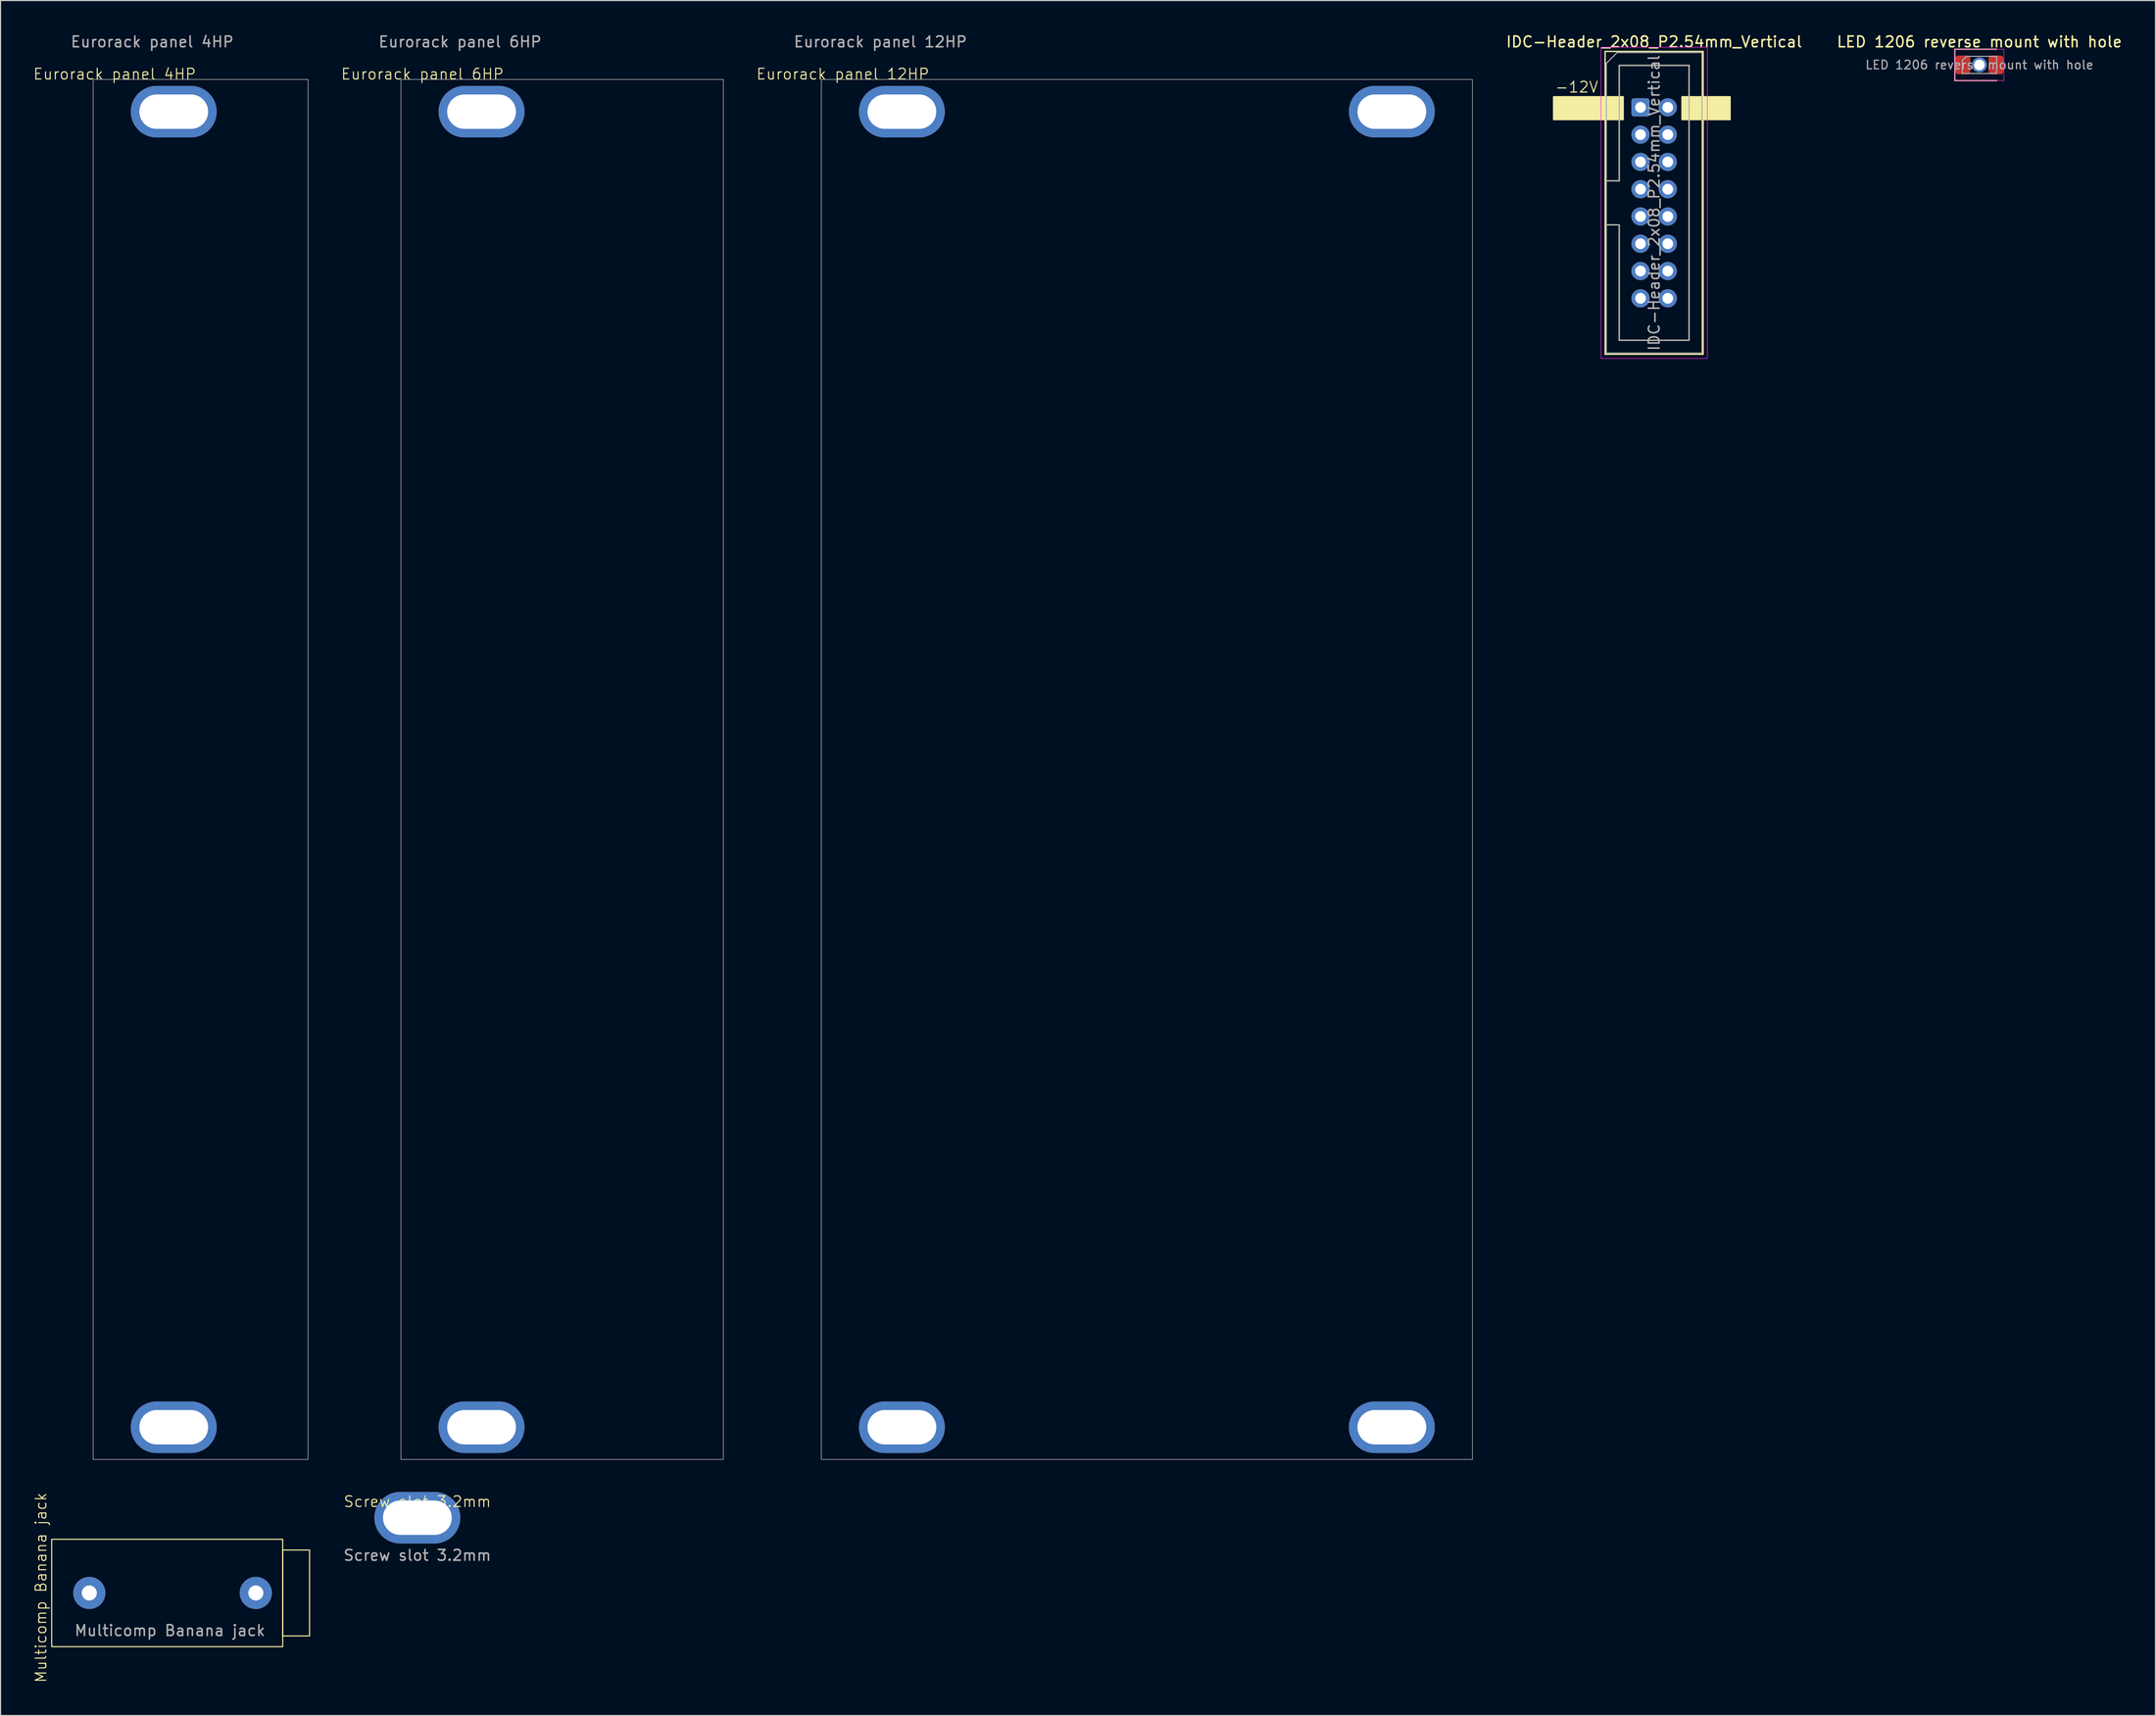
<source format=kicad_pcb>
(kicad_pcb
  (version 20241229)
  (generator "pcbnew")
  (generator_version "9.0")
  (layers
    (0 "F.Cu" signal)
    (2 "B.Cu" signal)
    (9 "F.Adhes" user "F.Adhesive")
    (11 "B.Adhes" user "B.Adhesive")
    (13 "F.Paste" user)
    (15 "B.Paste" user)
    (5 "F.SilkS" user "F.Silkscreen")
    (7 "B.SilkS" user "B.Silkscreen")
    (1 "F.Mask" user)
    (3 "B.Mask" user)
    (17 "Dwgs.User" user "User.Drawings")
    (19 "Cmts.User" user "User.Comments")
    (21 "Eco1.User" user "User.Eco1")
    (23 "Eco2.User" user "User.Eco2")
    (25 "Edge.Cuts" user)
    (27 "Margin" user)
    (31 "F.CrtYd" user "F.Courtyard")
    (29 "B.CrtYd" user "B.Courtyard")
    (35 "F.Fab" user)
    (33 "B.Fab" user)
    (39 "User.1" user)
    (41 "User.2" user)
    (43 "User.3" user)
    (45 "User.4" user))
  (footprint "IDC-Header_2x08_P2.54mm_Vertical"
    (layer "F.Cu")
    (at 149.632 6.948)
    (property "Reference" "IDC-Header_2x08_P2.54mm_Vertical" (at 1.27 -6.1 0) (layer "F.SilkS") (effects (font (size 1 1) (thickness 0.15))))
    (attr through_hole)
    (fp_line (start -4.68 -0.5) (end -4.68 0.5) (stroke (width 0.12) (type solid)) (layer "F.SilkS"))
    (fp_line (start -4.68 0.5) (end -3.68 0) (stroke (width 0.12) (type solid)) (layer "F.SilkS"))
    (fp_line (start -3.68 0) (end -4.68 -0.5) (stroke (width 0.12) (type solid)) (layer "F.SilkS"))
    (fp_line (start -3.29 -5.21) (end 5.83 -5.21) (stroke (width 0.12) (type solid)) (layer "F.SilkS"))
    (fp_line (start -3.29 6.84) (end -1.98 6.84) (stroke (width 0.12) (type solid)) (layer "F.SilkS"))
    (fp_line (start -3.29 22.99) (end -3.29 -5.21) (stroke (width 0.12) (type solid)) (layer "F.SilkS"))
    (fp_line (start -1.98 -3.91) (end 4.52 -3.91) (stroke (width 0.12) (type solid)) (layer "F.SilkS"))
    (fp_line (start -1.98 6.84) (end -1.98 -3.91) (stroke (width 0.12) (type solid)) (layer "F.SilkS"))
    (fp_line (start -1.98 10.94) (end -3.29 10.94) (stroke (width 0.12) (type solid)) (layer "F.SilkS"))
    (fp_line (start -1.98 21.69) (end -1.98 10.94) (stroke (width 0.12) (type solid)) (layer "F.SilkS"))
    (fp_line (start 4.52 -3.91) (end 4.52 21.69) (stroke (width 0.12) (type solid)) (layer "F.SilkS"))
    (fp_line (start 4.52 21.69) (end -1.98 21.69) (stroke (width 0.12) (type solid)) (layer "F.SilkS"))
    (fp_line (start 5.83 -5.21) (end 5.83 22.99) (stroke (width 0.12) (type solid)) (layer "F.SilkS"))
    (fp_line (start 5.83 22.99) (end -3.29 22.99) (stroke (width 0.12) (type solid)) (layer "F.SilkS"))
    (fp_rect (start -8.1 -1) (end -1.6 1.15) (stroke (width 0.1) (type solid)) (fill yes) (layer "F.SilkS"))
    (fp_rect (start 3.85 -1) (end 8.35 1.15) (stroke (width 0.1) (type solid)) (fill yes) (layer "F.SilkS"))
    (fp_rect (start -3.68 -5.6) (end 6.22 23.38) (stroke (width 0.05) (type solid)) (fill no) (layer "F.CrtYd"))
    (fp_line (start -3.18 -4.1) (end -2.18 -5.1) (stroke (width 0.1) (type solid)) (layer "F.Fab"))
    (fp_line (start -3.18 6.84) (end -1.98 6.84) (stroke (width 0.1) (type solid)) (layer "F.Fab"))
    (fp_line (start -3.18 22.88) (end -3.18 -4.1) (stroke (width 0.1) (type solid)) (layer "F.Fab"))
    (fp_line (start -2.18 -5.1) (end 5.72 -5.1) (stroke (width 0.1) (type solid)) (layer "F.Fab"))
    (fp_line (start -1.98 -3.91) (end 4.52 -3.91) (stroke (width 0.1) (type solid)) (layer "F.Fab"))
    (fp_line (start -1.98 6.84) (end -1.98 -3.91) (stroke (width 0.1) (type solid)) (layer "F.Fab"))
    (fp_line (start -1.98 10.94) (end -3.18 10.94) (stroke (width 0.1) (type solid)) (layer "F.Fab"))
    (fp_line (start -1.98 21.69) (end -1.98 10.94) (stroke (width 0.1) (type solid)) (layer "F.Fab"))
    (fp_line (start 4.52 -3.91) (end 4.52 21.69) (stroke (width 0.1) (type solid)) (layer "F.Fab"))
    (fp_line (start 4.52 21.69) (end -1.98 21.69) (stroke (width 0.1) (type solid)) (layer "F.Fab"))
    (fp_line (start 5.72 -5.1) (end 5.72 22.88) (stroke (width 0.1) (type solid)) (layer "F.Fab"))
    (fp_line (start 5.72 22.88) (end -3.18 22.88) (stroke (width 0.1) (type solid)) (layer "F.Fab"))
    (fp_text user "-12V" (at -8 -1.3 0) (unlocked yes) (layer "F.SilkS") (effects (font (size 1 1) (thickness 0.1)) (justify left bottom)))
    (fp_text user "${REFERENCE}" (at 1.27 8.89 90) (layer "F.Fab") (effects (font (size 1 1) (thickness 0.15))))
    (pad "1" thru_hole roundrect (at 0 0) (size 1.7 1.7) (drill 1) (layers "*.Cu" "*.Mask") (roundrect_rratio 0.147))
    (pad "2" thru_hole circle (at 2.54 0) (size 1.7 1.7) (drill 1) (layers "*.Cu" "*.Mask"))
    (pad "3" thru_hole circle (at 0 2.54) (size 1.7 1.7) (drill 1) (layers "*.Cu" "*.Mask"))
    (pad "4" thru_hole circle (at 2.54 2.54) (size 1.7 1.7) (drill 1) (layers "*.Cu" "*.Mask"))
    (pad "5" thru_hole circle (at 0 5.08) (size 1.7 1.7) (drill 1) (layers "*.Cu" "*.Mask"))
    (pad "6" thru_hole circle (at 2.54 5.08) (size 1.7 1.7) (drill 1) (layers "*.Cu" "*.Mask"))
    (pad "7" thru_hole circle (at 0 7.62) (size 1.7 1.7) (drill 1) (layers "*.Cu" "*.Mask"))
    (pad "8" thru_hole circle (at 2.54 7.62) (size 1.7 1.7) (drill 1) (layers "*.Cu" "*.Mask"))
    (pad "9" thru_hole circle (at 0 10.16) (size 1.7 1.7) (drill 1) (layers "*.Cu" "*.Mask"))
    (pad "10" thru_hole circle (at 2.54 10.16) (size 1.7 1.7) (drill 1) (layers "*.Cu" "*.Mask"))
    (pad "11" thru_hole circle (at 0 12.7) (size 1.7 1.7) (drill 1) (layers "*.Cu" "*.Mask"))
    (pad "12" thru_hole circle (at 2.54 12.7) (size 1.7 1.7) (drill 1) (layers "*.Cu" "*.Mask"))
    (pad "13" thru_hole circle (at 0 15.24) (size 1.7 1.7) (drill 1) (layers "*.Cu" "*.Mask"))
    (pad "14" thru_hole circle (at 2.54 15.24) (size 1.7 1.7) (drill 1) (layers "*.Cu" "*.Mask"))
    (pad "15" thru_hole circle (at 0 17.78) (size 1.7 1.7) (drill 1) (layers "*.Cu" "*.Mask"))
    (pad "16" thru_hole circle (at 2.54 17.78) (size 1.7 1.7) (drill 1) (layers "*.Cu" "*.Mask")))
  (footprint "Screw slot 3.2mm"
    (layer "F.Cu")
    (at 35.793 138.273)
    (property "Reference" "Screw slot 3.2mm" (at 0 -1.5 0) (unlocked yes) (layer "F.SilkS") (effects (font (size 1 1) (thickness 0.1))))
    (attr smd)
    (fp_text user "${REFERENCE}" (at 0 3.5 0) (unlocked yes) (layer "F.Fab") (effects (font (size 1 1) (thickness 0.15))))
    (pad "" thru_hole oval (at 0 0) (size 8 4.8) (drill oval 6.4 3.2) (layers "*.Cu" "*.Mask")))
  (footprint "Eurorack panel 12HP"
    (layer "F.Cu")
    (at 73.39 4.348)
    (property "Reference" "Eurorack panel 12HP" (at 2 -0.5 0) (unlocked yes) (layer "F.SilkS") (effects (font (size 1 1) (thickness 0.1))))
    (attr smd)
    (fp_rect (start 0 0) (end 60.6 128.5) (stroke (width 0.05) (type solid)) (fill no) (layer "Edge.Cuts"))
    (fp_text user "${REFERENCE}" (at 5.5 -3.5 0) (unlocked yes) (layer "F.Fab") (effects (font (size 1 1) (thickness 0.15))))
    (pad "" thru_hole oval (at 7.5 3) (size 8 4.8) (drill oval 6.4 3.2) (layers "*.Cu" "*.Mask"))
    (pad "" thru_hole oval (at 7.5 125.5) (size 8 4.8) (drill oval 6.4 3.2) (layers "*.Cu" "*.Mask"))
    (pad "" thru_hole oval (at 53.1 3) (size 8 4.8) (drill oval 6.4 3.2) (layers "*.Cu" "*.Mask"))
    (pad "" thru_hole oval (at 53.1 125.5) (size 8 4.8) (drill oval 6.4 3.2) (layers "*.Cu" "*.Mask")))
  (footprint "Multicomp Banana jack"
    (layer "F.Cu")
    (at 5.261 145.28)
    (property "Reference" "Multicomp Banana jack" (at -4.5 -0.5 90) (unlocked yes) (layer "F.SilkS") (effects (font (size 1 1) (thickness 0.1))))
    (attr smd)
    (fp_rect (start -3.5 -5) (end 18 5) (stroke (width 0.1) (type solid)) (fill no) (layer "F.SilkS"))
    (fp_rect (start 18 -4) (end 20.5 4) (stroke (width 0.1) (type solid)) (fill no) (layer "F.SilkS"))
    (fp_text user "${REFERENCE}" (at 7.5 3.5 0) (unlocked yes) (layer "F.Fab") (effects (font (size 1 1) (thickness 0.15))))
    (pad "1" thru_hole circle (at 0 0) (size 3 3) (drill 1.4) (layers "*.Cu" "*.Mask"))
    (pad "1" thru_hole circle (at 15.5 0) (size 3 3) (drill 1.4) (layers "*.Cu" "*.Mask")))
  (footprint "LED 1206 reverse mount with hole"
    (layer "F.Cu")
    (at 181.176 2.993)
    (property "Reference" "LED 1206 reverse mount with hole" (at 0 -2.145 0) (layer "F.SilkS") (effects (font (size 1 1) (thickness 0.15))))
    (attr smd)
    (fp_line (start -2.285 -1.46) (end -2.285 1.46) (stroke (width 0.12) (type solid)) (layer "F.SilkS"))
    (fp_line (start -2.285 1.46) (end 1.6 1.46) (stroke (width 0.12) (type solid)) (layer "F.SilkS"))
    (fp_line (start 1.6 -1.46) (end -2.285 -1.46) (stroke (width 0.12) (type solid)) (layer "F.SilkS"))
    (fp_line (start -2.28 -1.46) (end 2.28 -1.46) (stroke (width 0.05) (type solid)) (layer "F.CrtYd"))
    (fp_line (start -2.28 1.46) (end -2.28 -1.46) (stroke (width 0.05) (type solid)) (layer "F.CrtYd"))
    (fp_line (start 2.28 -1.46) (end 2.28 1.46) (stroke (width 0.05) (type solid)) (layer "F.CrtYd"))
    (fp_line (start 2.28 1.46) (end -2.28 1.46) (stroke (width 0.05) (type solid)) (layer "F.CrtYd"))
    (fp_line (start -1.6 -0.4) (end -1.6 0.8) (stroke (width 0.1) (type solid)) (layer "F.Fab"))
    (fp_line (start -1.6 0.8) (end 1.6 0.8) (stroke (width 0.1) (type solid)) (layer "F.Fab"))
    (fp_line (start -1.2 -0.8) (end -1.6 -0.4) (stroke (width 0.1) (type solid)) (layer "F.Fab"))
    (fp_line (start 1.6 -0.8) (end -1.2 -0.8) (stroke (width 0.1) (type solid)) (layer "F.Fab"))
    (fp_line (start 1.6 0.8) (end 1.6 -0.8) (stroke (width 0.1) (type solid)) (layer "F.Fab"))
    (fp_text user "${REFERENCE}" (at 0 0 0) (layer "F.Fab") (effects (font (size 0.8 0.8) (thickness 0.12))))
    (pad "" thru_hole circle (at 0 0) (size 1.4 1.4) (drill 1) (layers "*.Cu" "*.Mask"))
    (pad "1" smd roundrect (at -1.55 0) (size 1.4 1.75) (layers "F.Cu" "F.Mask" "F.Paste") (roundrect_rratio 0.2))
    (pad "2" smd roundrect (at 1.55 0) (size 1.4 1.75) (layers "F.Cu" "F.Mask" "F.Paste") (roundrect_rratio 0.2)))
  (footprint "Eurorack panel 4HP"
    (layer "F.Cu")
    (at 5.621 4.348)
    (property "Reference" "Eurorack panel 4HP" (at 2 -0.5 0) (unlocked yes) (layer "F.SilkS") (effects (font (size 1 1) (thickness 0.1))))
    (attr smd)
    (fp_rect (start 0 0) (end 20 128.5) (stroke (width 0.05) (type solid)) (fill no) (layer "Edge.Cuts"))
    (fp_text user "${REFERENCE}" (at 5.5 -3.5 0) (unlocked yes) (layer "F.Fab") (effects (font (size 1 1) (thickness 0.15))))
    (pad "" thru_hole oval (at 7.5 3) (size 8 4.8) (drill oval 6.4 3.2) (layers "*.Cu" "*.Mask"))
    (pad "" thru_hole oval (at 7.5 125.5) (size 8 4.8) (drill oval 6.4 3.2) (layers "*.Cu" "*.Mask")))
  (footprint "Eurorack panel 6HP"
    (layer "F.Cu")
    (at 34.268 4.348)
    (property "Reference" "Eurorack panel 6HP" (at 2 -0.5 0) (unlocked yes) (layer "F.SilkS") (effects (font (size 1 1) (thickness 0.1))))
    (attr smd)
    (fp_rect (start 0 0) (end 30 128.5) (stroke (width 0.05) (type solid)) (fill no) (layer "Edge.Cuts"))
    (fp_text user "${REFERENCE}" (at 5.5 -3.5 0) (unlocked yes) (layer "F.Fab") (effects (font (size 1 1) (thickness 0.15))))
    (pad "" thru_hole oval (at 7.5 3) (size 8 4.8) (drill oval 6.4 3.2) (layers "*.Cu" "*.Mask"))
    (pad "" thru_hole oval (at 7.5 125.5) (size 8 4.8) (drill oval 6.4 3.2) (layers "*.Cu" "*.Mask")))
  (gr_rect
    (start -3 -3)
    (end 197.563 156.688)
    (stroke (width 0.1) (type default))
    (fill no)
    (layer "Edge.Cuts")))
</source>
